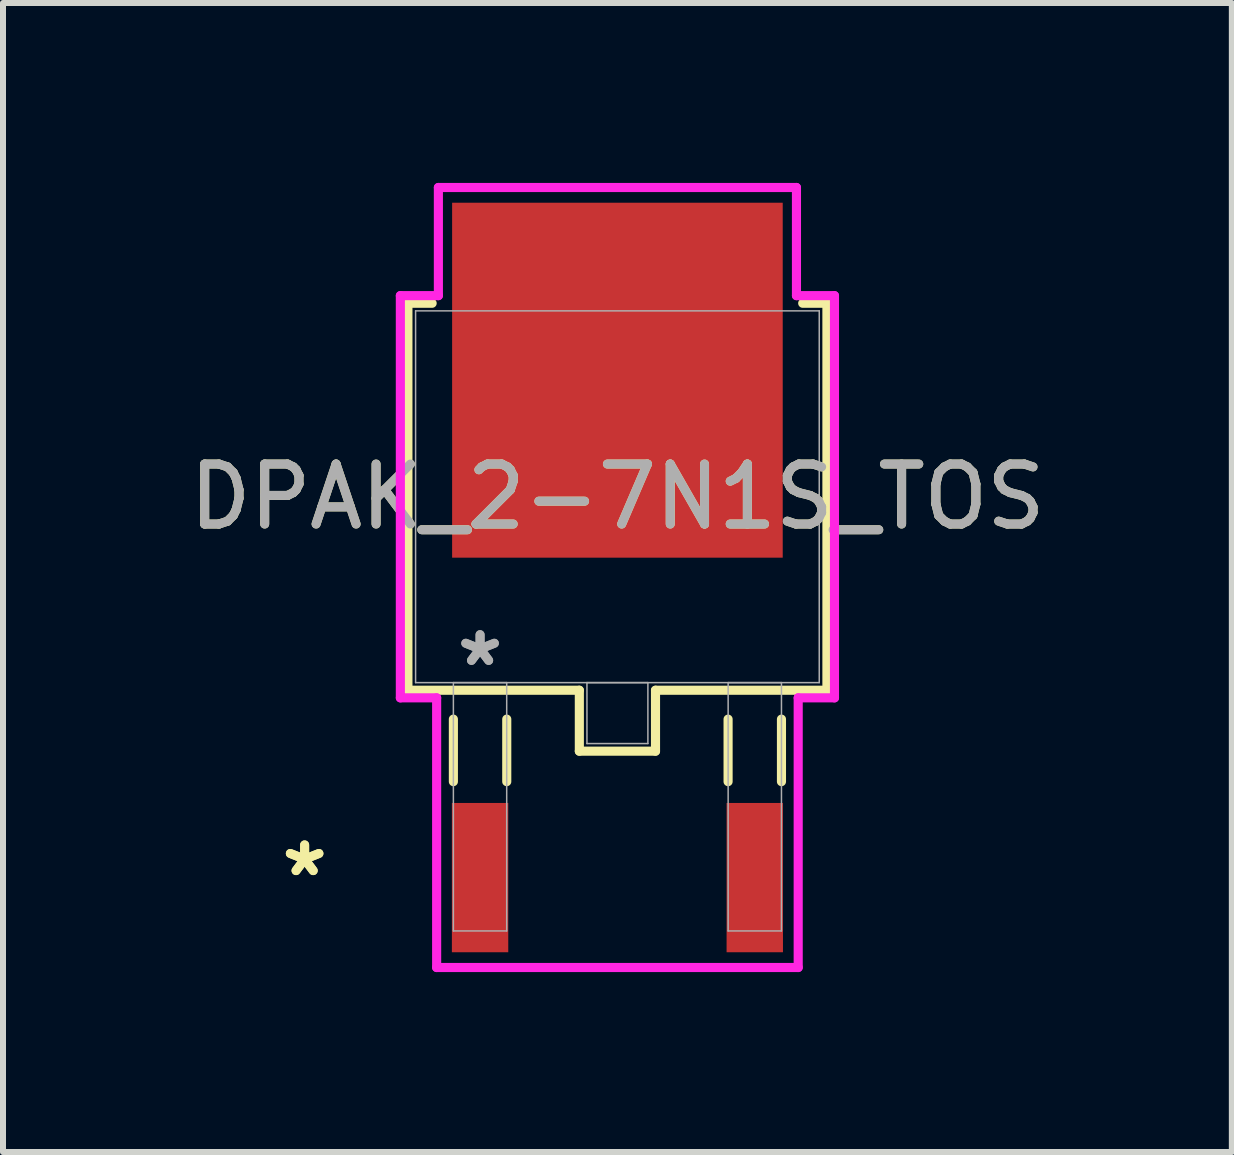
<source format=kicad_pcb>
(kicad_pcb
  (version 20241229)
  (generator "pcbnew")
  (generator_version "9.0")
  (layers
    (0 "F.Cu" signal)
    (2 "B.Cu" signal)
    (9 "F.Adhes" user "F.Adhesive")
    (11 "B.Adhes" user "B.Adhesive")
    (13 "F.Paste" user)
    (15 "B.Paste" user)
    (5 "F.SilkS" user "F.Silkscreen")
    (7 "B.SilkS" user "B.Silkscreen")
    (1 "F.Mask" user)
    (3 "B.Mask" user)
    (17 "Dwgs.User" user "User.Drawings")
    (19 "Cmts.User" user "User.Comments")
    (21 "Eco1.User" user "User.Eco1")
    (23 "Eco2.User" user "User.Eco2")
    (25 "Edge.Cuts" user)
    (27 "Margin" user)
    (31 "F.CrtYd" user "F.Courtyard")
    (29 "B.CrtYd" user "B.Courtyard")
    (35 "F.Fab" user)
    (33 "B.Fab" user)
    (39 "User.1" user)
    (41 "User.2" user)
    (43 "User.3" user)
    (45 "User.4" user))
  (footprint "DPAK_2-7N1S_TOS"
    (layer "F.Cu")
    (at 7.244 5.232)
    (property "Reference" "DPAK_2-7N1S_TOS" (at 0 0 0) (unlocked yes) (layer "F.SilkS") (effects (font (size 1 1) (thickness 0.15))))
    (attr smd)
    (fp_line (start -3.493 -3.226) (end -3.493 3.226) (stroke (width 0.152) (type solid)) (layer "F.SilkS"))
    (fp_line (start -3.493 3.226) (end -0.635 3.226) (stroke (width 0.152) (type solid)) (layer "F.SilkS"))
    (fp_line (start -3.089 -3.226) (end -3.493 -3.226) (stroke (width 0.152) (type solid)) (layer "F.SilkS"))
    (fp_line (start -2.735 3.708) (end -2.735 4.75) (stroke (width 0.152) (type solid)) (layer "F.SilkS"))
    (fp_line (start -1.845 3.708) (end -1.845 4.75) (stroke (width 0.152) (type solid)) (layer "F.SilkS"))
    (fp_line (start -0.635 3.226) (end -0.635 4.242) (stroke (width 0.152) (type solid)) (layer "F.SilkS"))
    (fp_line (start -0.635 4.242) (end 0.635 4.242) (stroke (width 0.152) (type solid)) (layer "F.SilkS"))
    (fp_line (start 0.635 3.226) (end 3.493 3.226) (stroke (width 0.152) (type solid)) (layer "F.SilkS"))
    (fp_line (start 0.635 4.242) (end 0.635 3.226) (stroke (width 0.152) (type solid)) (layer "F.SilkS"))
    (fp_line (start 1.845 3.708) (end 1.845 4.75) (stroke (width 0.152) (type solid)) (layer "F.SilkS"))
    (fp_line (start 2.735 3.708) (end 2.735 4.75) (stroke (width 0.152) (type solid)) (layer "F.SilkS"))
    (fp_line (start 3.493 -3.226) (end 3.089 -3.226) (stroke (width 0.152) (type solid)) (layer "F.SilkS"))
    (fp_line (start 3.493 3.226) (end 3.493 -3.226) (stroke (width 0.152) (type solid)) (layer "F.SilkS"))
    (fp_line (start -3.619 -3.353) (end -2.985 -3.353) (stroke (width 0.152) (type solid)) (layer "F.CrtYd"))
    (fp_line (start -3.619 3.353) (end -3.619 -3.353) (stroke (width 0.152) (type solid)) (layer "F.CrtYd"))
    (fp_line (start -3.014 3.353) (end -3.619 3.353) (stroke (width 0.152) (type solid)) (layer "F.CrtYd"))
    (fp_line (start -3.014 7.849) (end -3.014 3.353) (stroke (width 0.152) (type solid)) (layer "F.CrtYd"))
    (fp_line (start -2.985 -5.156) (end 2.985 -5.156) (stroke (width 0.152) (type solid)) (layer "F.CrtYd"))
    (fp_line (start -2.985 -3.353) (end -2.985 -5.156) (stroke (width 0.152) (type solid)) (layer "F.CrtYd"))
    (fp_line (start 2.985 -5.156) (end 2.985 -3.353) (stroke (width 0.152) (type solid)) (layer "F.CrtYd"))
    (fp_line (start 2.985 -3.353) (end 3.619 -3.353) (stroke (width 0.152) (type solid)) (layer "F.CrtYd"))
    (fp_line (start 3.014 3.353) (end 3.014 7.849) (stroke (width 0.152) (type solid)) (layer "F.CrtYd"))
    (fp_line (start 3.014 7.849) (end -3.014 7.849) (stroke (width 0.152) (type solid)) (layer "F.CrtYd"))
    (fp_line (start 3.619 -3.353) (end 3.619 3.353) (stroke (width 0.152) (type solid)) (layer "F.CrtYd"))
    (fp_line (start 3.619 3.353) (end 3.014 3.353) (stroke (width 0.152) (type solid)) (layer "F.CrtYd"))
    (fp_line (start -3.365 -3.099) (end -3.365 3.099) (stroke (width 0.025) (type solid)) (layer "F.Fab"))
    (fp_line (start -3.365 3.099) (end 3.365 3.099) (stroke (width 0.025) (type solid)) (layer "F.Fab"))
    (fp_line (start -2.735 3.099) (end -2.735 7.239) (stroke (width 0.025) (type solid)) (layer "F.Fab"))
    (fp_line (start -2.735 7.239) (end -1.846 7.239) (stroke (width 0.025) (type solid)) (layer "F.Fab"))
    (fp_line (start -1.846 3.099) (end -2.735 3.099) (stroke (width 0.025) (type solid)) (layer "F.Fab"))
    (fp_line (start -1.846 7.239) (end -1.846 3.099) (stroke (width 0.025) (type solid)) (layer "F.Fab"))
    (fp_line (start -0.508 3.099) (end -0.508 4.115) (stroke (width 0.025) (type solid)) (layer "F.Fab"))
    (fp_line (start -0.508 4.115) (end 0.508 4.115) (stroke (width 0.025) (type solid)) (layer "F.Fab"))
    (fp_line (start 0.508 3.099) (end -0.508 3.099) (stroke (width 0.025) (type solid)) (layer "F.Fab"))
    (fp_line (start 0.508 4.115) (end 0.508 3.099) (stroke (width 0.025) (type solid)) (layer "F.Fab"))
    (fp_line (start 1.846 3.099) (end 1.846 7.239) (stroke (width 0.025) (type solid)) (layer "F.Fab"))
    (fp_line (start 1.846 7.239) (end 2.735 7.239) (stroke (width 0.025) (type solid)) (layer "F.Fab"))
    (fp_line (start 2.735 3.099) (end 1.846 3.099) (stroke (width 0.025) (type solid)) (layer "F.Fab"))
    (fp_line (start 2.735 7.239) (end 2.735 3.099) (stroke (width 0.025) (type solid)) (layer "F.Fab"))
    (fp_line (start 3.365 -3.099) (end -3.365 -3.099) (stroke (width 0.025) (type solid)) (layer "F.Fab"))
    (fp_line (start 3.365 3.099) (end 3.365 -3.099) (stroke (width 0.025) (type solid)) (layer "F.Fab"))
    (fp_text user "*" (at -5.215 6.35 0) (unlocked yes) (layer "F.SilkS") (effects (font (size 1 1) (thickness 0.15))))
    (fp_text user "*" (at -5.215 6.35 0) (layer "F.SilkS") (effects (font (size 1 1) (thickness 0.15))))
    (fp_text user "*" (at -2.29 2.845 0) (layer "F.Fab") (effects (font (size 1 1) (thickness 0.15))))
    (fp_text user "${REFERENCE}" (at 0 0 0) (unlocked yes) (layer "F.Fab") (effects (font (size 1 1) (thickness 0.15))))
    (fp_text user "*" (at -2.29 2.845 0) (unlocked yes) (layer "F.Fab") (effects (font (size 1 1) (thickness 0.15))))
    (pad "1" smd rect (at -2.29 6.35) (size 0.94 2.489) (layers "F.Cu" "F.Mask" "F.Paste"))
    (pad "2" smd rect (at 0 -1.943) (size 5.512 5.918) (layers "F.Cu" "F.Mask" "F.Paste"))
    (pad "3" smd rect (at 2.29 6.35) (size 0.94 2.489) (layers "F.Cu" "F.Mask" "F.Paste")))
  (gr_rect
    (start -3 -3)
    (end 17.488 16.157)
    (stroke (width 0.1) (type default))
    (fill no)
    (layer "Edge.Cuts")))
</source>
